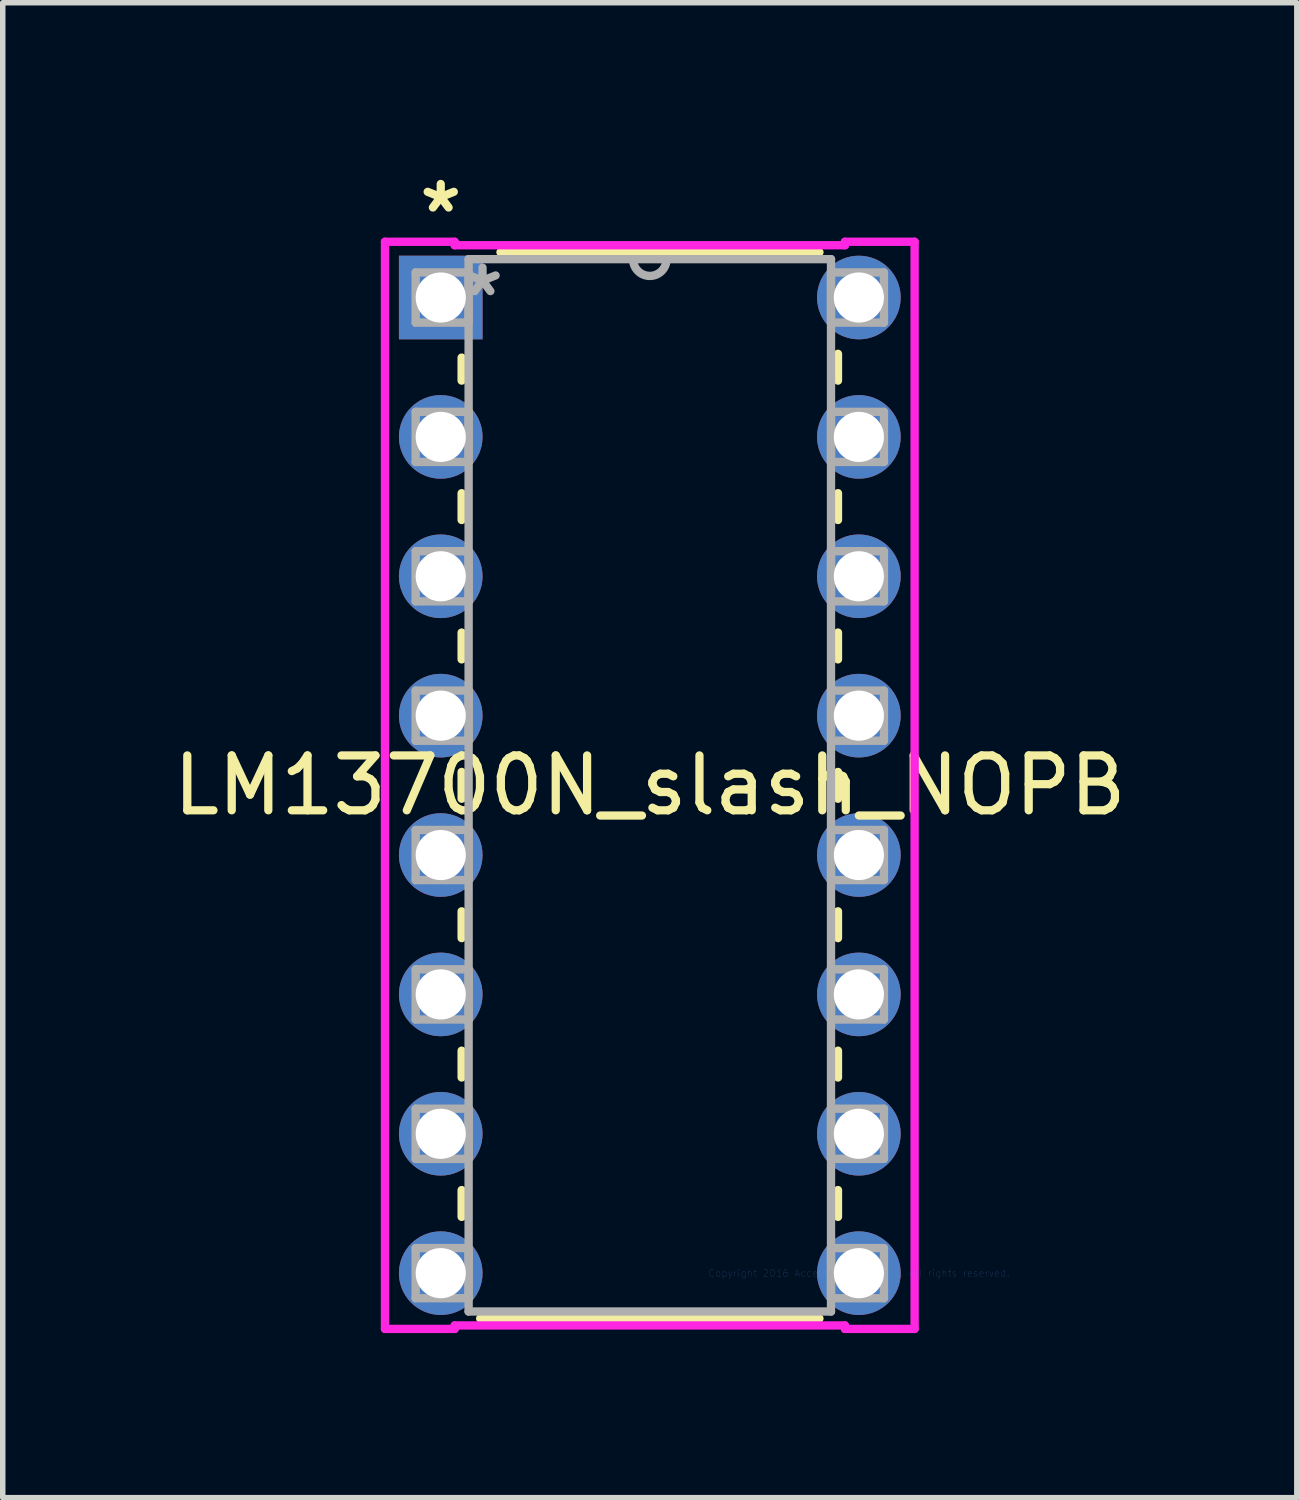
<source format=kicad_pcb>
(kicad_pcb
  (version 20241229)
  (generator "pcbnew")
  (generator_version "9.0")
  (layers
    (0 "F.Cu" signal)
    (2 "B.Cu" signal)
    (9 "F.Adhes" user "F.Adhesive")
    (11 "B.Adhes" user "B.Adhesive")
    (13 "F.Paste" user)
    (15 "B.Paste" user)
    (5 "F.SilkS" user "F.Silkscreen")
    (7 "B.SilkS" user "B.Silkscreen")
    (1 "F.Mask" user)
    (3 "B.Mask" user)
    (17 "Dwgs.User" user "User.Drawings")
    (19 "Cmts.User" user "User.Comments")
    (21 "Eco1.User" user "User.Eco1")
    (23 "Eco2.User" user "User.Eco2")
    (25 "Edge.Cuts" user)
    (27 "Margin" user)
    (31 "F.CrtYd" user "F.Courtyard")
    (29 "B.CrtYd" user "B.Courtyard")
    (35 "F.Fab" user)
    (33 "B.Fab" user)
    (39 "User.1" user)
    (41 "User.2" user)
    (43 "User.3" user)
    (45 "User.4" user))
  (footprint "LM13700N_slash_NOPB"
    (layer "F.Cu")
    (at 12.602 20.152)
    (property "Reference" "LM13700N_slash_NOPB" (at -3.81 -8.89 0) (layer "F.SilkS") (effects (font (size 1 1) (thickness 0.15))))
    (attr through_hole)
    (fp_line (start -7.239 -16.685) (end -7.239 -16.266) (stroke (width 0.152) (type solid)) (layer "F.SilkS"))
    (fp_line (start -7.239 -14.214) (end -7.239 -13.726) (stroke (width 0.152) (type solid)) (layer "F.SilkS"))
    (fp_line (start -7.239 -11.674) (end -7.239 -11.186) (stroke (width 0.152) (type solid)) (layer "F.SilkS"))
    (fp_line (start -7.239 -9.134) (end -7.239 -8.646) (stroke (width 0.152) (type solid)) (layer "F.SilkS"))
    (fp_line (start -7.239 -6.594) (end -7.239 -6.106) (stroke (width 0.152) (type solid)) (layer "F.SilkS"))
    (fp_line (start -7.239 -4.054) (end -7.239 -3.566) (stroke (width 0.152) (type solid)) (layer "F.SilkS"))
    (fp_line (start -7.239 -1.514) (end -7.239 -1.026) (stroke (width 0.152) (type solid)) (layer "F.SilkS"))
    (fp_line (start -6.901 0.826) (end -0.719 0.826) (stroke (width 0.152) (type solid)) (layer "F.SilkS"))
    (fp_line (start -0.719 -18.605) (end -6.531 -18.605) (stroke (width 0.152) (type solid)) (layer "F.SilkS"))
    (fp_line (start -0.381 -16.266) (end -0.381 -16.754) (stroke (width 0.152) (type solid)) (layer "F.SilkS"))
    (fp_line (start -0.381 -13.726) (end -0.381 -14.214) (stroke (width 0.152) (type solid)) (layer "F.SilkS"))
    (fp_line (start -0.381 -11.186) (end -0.381 -11.674) (stroke (width 0.152) (type solid)) (layer "F.SilkS"))
    (fp_line (start -0.381 -8.646) (end -0.381 -9.134) (stroke (width 0.152) (type solid)) (layer "F.SilkS"))
    (fp_line (start -0.381 -6.106) (end -0.381 -6.594) (stroke (width 0.152) (type solid)) (layer "F.SilkS"))
    (fp_line (start -0.381 -3.566) (end -0.381 -4.054) (stroke (width 0.152) (type solid)) (layer "F.SilkS"))
    (fp_line (start -0.381 -1.026) (end -0.381 -1.514) (stroke (width 0.152) (type solid)) (layer "F.SilkS"))
    (fp_line (start -8.636 -18.796) (end -8.636 1.016) (stroke (width 0.152) (type solid)) (layer "F.CrtYd"))
    (fp_line (start -8.636 1.016) (end -7.366 1.016) (stroke (width 0.152) (type solid)) (layer "F.CrtYd"))
    (fp_line (start -7.366 -18.796) (end -8.636 -18.796) (stroke (width 0.152) (type solid)) (layer "F.CrtYd"))
    (fp_line (start -7.366 -18.733) (end -7.366 -18.796) (stroke (width 0.152) (type solid)) (layer "F.CrtYd"))
    (fp_line (start -7.366 0.953) (end -0.254 0.953) (stroke (width 0.152) (type solid)) (layer "F.CrtYd"))
    (fp_line (start -7.366 1.016) (end -7.366 0.953) (stroke (width 0.152) (type solid)) (layer "F.CrtYd"))
    (fp_line (start -0.254 -18.796) (end -0.254 -18.733) (stroke (width 0.152) (type solid)) (layer "F.CrtYd"))
    (fp_line (start -0.254 -18.733) (end -7.366 -18.733) (stroke (width 0.152) (type solid)) (layer "F.CrtYd"))
    (fp_line (start -0.254 0.953) (end -0.254 1.016) (stroke (width 0.152) (type solid)) (layer "F.CrtYd"))
    (fp_line (start -0.254 1.016) (end 1.016 1.016) (stroke (width 0.152) (type solid)) (layer "F.CrtYd"))
    (fp_line (start 1.016 -18.796) (end -0.254 -18.796) (stroke (width 0.152) (type solid)) (layer "F.CrtYd"))
    (fp_line (start 1.016 1.016) (end 1.016 -18.796) (stroke (width 0.152) (type solid)) (layer "F.CrtYd"))
    (fp_line (start -8.077 -18.237) (end -8.077 -17.323) (stroke (width 0.152) (type solid)) (layer "F.Fab"))
    (fp_line (start -8.077 -17.323) (end -7.112 -17.323) (stroke (width 0.152) (type solid)) (layer "F.Fab"))
    (fp_line (start -8.077 -15.697) (end -8.077 -14.783) (stroke (width 0.152) (type solid)) (layer "F.Fab"))
    (fp_line (start -8.077 -14.783) (end -7.112 -14.783) (stroke (width 0.152) (type solid)) (layer "F.Fab"))
    (fp_line (start -8.077 -13.157) (end -8.077 -12.243) (stroke (width 0.152) (type solid)) (layer "F.Fab"))
    (fp_line (start -8.077 -12.243) (end -7.112 -12.243) (stroke (width 0.152) (type solid)) (layer "F.Fab"))
    (fp_line (start -8.077 -10.617) (end -8.077 -9.703) (stroke (width 0.152) (type solid)) (layer "F.Fab"))
    (fp_line (start -8.077 -9.703) (end -7.112 -9.703) (stroke (width 0.152) (type solid)) (layer "F.Fab"))
    (fp_line (start -8.077 -8.077) (end -8.077 -7.163) (stroke (width 0.152) (type solid)) (layer "F.Fab"))
    (fp_line (start -8.077 -7.163) (end -7.112 -7.163) (stroke (width 0.152) (type solid)) (layer "F.Fab"))
    (fp_line (start -8.077 -5.537) (end -8.077 -4.623) (stroke (width 0.152) (type solid)) (layer "F.Fab"))
    (fp_line (start -8.077 -4.623) (end -7.112 -4.623) (stroke (width 0.152) (type solid)) (layer "F.Fab"))
    (fp_line (start -8.077 -2.997) (end -8.077 -2.083) (stroke (width 0.152) (type solid)) (layer "F.Fab"))
    (fp_line (start -8.077 -2.083) (end -7.112 -2.083) (stroke (width 0.152) (type solid)) (layer "F.Fab"))
    (fp_line (start -8.077 -0.457) (end -8.077 0.457) (stroke (width 0.152) (type solid)) (layer "F.Fab"))
    (fp_line (start -8.077 0.457) (end -7.112 0.457) (stroke (width 0.152) (type solid)) (layer "F.Fab"))
    (fp_line (start -7.112 -18.479) (end -7.112 0.699) (stroke (width 0.152) (type solid)) (layer "F.Fab"))
    (fp_line (start -7.112 -18.237) (end -8.077 -18.237) (stroke (width 0.152) (type solid)) (layer "F.Fab"))
    (fp_line (start -7.112 -17.323) (end -7.112 -18.237) (stroke (width 0.152) (type solid)) (layer "F.Fab"))
    (fp_line (start -7.112 -15.697) (end -8.077 -15.697) (stroke (width 0.152) (type solid)) (layer "F.Fab"))
    (fp_line (start -7.112 -14.783) (end -7.112 -15.697) (stroke (width 0.152) (type solid)) (layer "F.Fab"))
    (fp_line (start -7.112 -13.157) (end -8.077 -13.157) (stroke (width 0.152) (type solid)) (layer "F.Fab"))
    (fp_line (start -7.112 -12.243) (end -7.112 -13.157) (stroke (width 0.152) (type solid)) (layer "F.Fab"))
    (fp_line (start -7.112 -10.617) (end -8.077 -10.617) (stroke (width 0.152) (type solid)) (layer "F.Fab"))
    (fp_line (start -7.112 -9.703) (end -7.112 -10.617) (stroke (width 0.152) (type solid)) (layer "F.Fab"))
    (fp_line (start -7.112 -8.077) (end -8.077 -8.077) (stroke (width 0.152) (type solid)) (layer "F.Fab"))
    (fp_line (start -7.112 -7.163) (end -7.112 -8.077) (stroke (width 0.152) (type solid)) (layer "F.Fab"))
    (fp_line (start -7.112 -5.537) (end -8.077 -5.537) (stroke (width 0.152) (type solid)) (layer "F.Fab"))
    (fp_line (start -7.112 -4.623) (end -7.112 -5.537) (stroke (width 0.152) (type solid)) (layer "F.Fab"))
    (fp_line (start -7.112 -2.997) (end -8.077 -2.997) (stroke (width 0.152) (type solid)) (layer "F.Fab"))
    (fp_line (start -7.112 -2.083) (end -7.112 -2.997) (stroke (width 0.152) (type solid)) (layer "F.Fab"))
    (fp_line (start -7.112 -0.457) (end -8.077 -0.457) (stroke (width 0.152) (type solid)) (layer "F.Fab"))
    (fp_line (start -7.112 0.457) (end -7.112 -0.457) (stroke (width 0.152) (type solid)) (layer "F.Fab"))
    (fp_line (start -7.112 0.699) (end -0.508 0.699) (stroke (width 0.152) (type solid)) (layer "F.Fab"))
    (fp_line (start -0.508 -18.479) (end -7.112 -18.479) (stroke (width 0.152) (type solid)) (layer "F.Fab"))
    (fp_line (start -0.508 -18.237) (end -0.508 -17.323) (stroke (width 0.152) (type solid)) (layer "F.Fab"))
    (fp_line (start -0.508 -17.323) (end 0.457 -17.323) (stroke (width 0.152) (type solid)) (layer "F.Fab"))
    (fp_line (start -0.508 -15.697) (end -0.508 -14.783) (stroke (width 0.152) (type solid)) (layer "F.Fab"))
    (fp_line (start -0.508 -14.783) (end 0.457 -14.783) (stroke (width 0.152) (type solid)) (layer "F.Fab"))
    (fp_line (start -0.508 -13.157) (end -0.508 -12.243) (stroke (width 0.152) (type solid)) (layer "F.Fab"))
    (fp_line (start -0.508 -12.243) (end 0.457 -12.243) (stroke (width 0.152) (type solid)) (layer "F.Fab"))
    (fp_line (start -0.508 -10.617) (end -0.508 -9.703) (stroke (width 0.152) (type solid)) (layer "F.Fab"))
    (fp_line (start -0.508 -9.703) (end 0.457 -9.703) (stroke (width 0.152) (type solid)) (layer "F.Fab"))
    (fp_line (start -0.508 -8.077) (end -0.508 -7.163) (stroke (width 0.152) (type solid)) (layer "F.Fab"))
    (fp_line (start -0.508 -7.163) (end 0.457 -7.163) (stroke (width 0.152) (type solid)) (layer "F.Fab"))
    (fp_line (start -0.508 -5.537) (end -0.508 -4.623) (stroke (width 0.152) (type solid)) (layer "F.Fab"))
    (fp_line (start -0.508 -4.623) (end 0.457 -4.623) (stroke (width 0.152) (type solid)) (layer "F.Fab"))
    (fp_line (start -0.508 -2.997) (end -0.508 -2.083) (stroke (width 0.152) (type solid)) (layer "F.Fab"))
    (fp_line (start -0.508 -2.083) (end 0.457 -2.083) (stroke (width 0.152) (type solid)) (layer "F.Fab"))
    (fp_line (start -0.508 -0.457) (end -0.508 0.457) (stroke (width 0.152) (type solid)) (layer "F.Fab"))
    (fp_line (start -0.508 0.457) (end 0.457 0.457) (stroke (width 0.152) (type solid)) (layer "F.Fab"))
    (fp_line (start -0.508 0.699) (end -0.508 -18.479) (stroke (width 0.152) (type solid)) (layer "F.Fab"))
    (fp_line (start 0.457 -18.237) (end -0.508 -18.237) (stroke (width 0.152) (type solid)) (layer "F.Fab"))
    (fp_line (start 0.457 -17.323) (end 0.457 -18.237) (stroke (width 0.152) (type solid)) (layer "F.Fab"))
    (fp_line (start 0.457 -15.697) (end -0.508 -15.697) (stroke (width 0.152) (type solid)) (layer "F.Fab"))
    (fp_line (start 0.457 -14.783) (end 0.457 -15.697) (stroke (width 0.152) (type solid)) (layer "F.Fab"))
    (fp_line (start 0.457 -13.157) (end -0.508 -13.157) (stroke (width 0.152) (type solid)) (layer "F.Fab"))
    (fp_line (start 0.457 -12.243) (end 0.457 -13.157) (stroke (width 0.152) (type solid)) (layer "F.Fab"))
    (fp_line (start 0.457 -10.617) (end -0.508 -10.617) (stroke (width 0.152) (type solid)) (layer "F.Fab"))
    (fp_line (start 0.457 -9.703) (end 0.457 -10.617) (stroke (width 0.152) (type solid)) (layer "F.Fab"))
    (fp_line (start 0.457 -8.077) (end -0.508 -8.077) (stroke (width 0.152) (type solid)) (layer "F.Fab"))
    (fp_line (start 0.457 -7.163) (end 0.457 -8.077) (stroke (width 0.152) (type solid)) (layer "F.Fab"))
    (fp_line (start 0.457 -5.537) (end -0.508 -5.537) (stroke (width 0.152) (type solid)) (layer "F.Fab"))
    (fp_line (start 0.457 -4.623) (end 0.457 -5.537) (stroke (width 0.152) (type solid)) (layer "F.Fab"))
    (fp_line (start 0.457 -2.997) (end -0.508 -2.997) (stroke (width 0.152) (type solid)) (layer "F.Fab"))
    (fp_line (start 0.457 -2.083) (end 0.457 -2.997) (stroke (width 0.152) (type solid)) (layer "F.Fab"))
    (fp_line (start 0.457 -0.457) (end -0.508 -0.457) (stroke (width 0.152) (type solid)) (layer "F.Fab"))
    (fp_line (start 0.457 0.457) (end 0.457 -0.457) (stroke (width 0.152) (type solid)) (layer "F.Fab"))
    (fp_arc (start -3.5052 -18.4785) (mid -3.81 -18.1737) (end -4.1148 -18.4785) (stroke (width 0.1524) (type solid)) (layer "F.Fab"))
    (fp_text user "*" (at -7.62 -19.304 0) (layer "F.SilkS") (effects (font (size 1 1) (thickness 0.15))))
    (fp_text user "Copyright 2016 Accelerated Designs. All rights reserved." (at 0 0 0) (layer "Cmts.User") (effects (font (size 0.127 0.127) (thickness 0.002))))
    (fp_text user "*" (at -6.858 -17.78 0) (layer "F.Fab") (effects (font (size 1 1) (thickness 0.15))))
    (pad "1" thru_hole rect (at -7.62 -17.78) (size 1.524 1.524) (drill 0.914) (layers "*.Cu" "*.Mask"))
    (pad "2" thru_hole circle (at -7.62 -15.24) (size 1.524 1.524) (drill 0.914) (layers "*.Cu" "*.Mask"))
    (pad "3" thru_hole circle (at -7.62 -12.7) (size 1.524 1.524) (drill 0.914) (layers "*.Cu" "*.Mask"))
    (pad "4" thru_hole circle (at -7.62 -10.16) (size 1.524 1.524) (drill 0.914) (layers "*.Cu" "*.Mask"))
    (pad "5" thru_hole circle (at -7.62 -7.62) (size 1.524 1.524) (drill 0.914) (layers "*.Cu" "*.Mask"))
    (pad "6" thru_hole circle (at -7.62 -5.08) (size 1.524 1.524) (drill 0.914) (layers "*.Cu" "*.Mask"))
    (pad "7" thru_hole circle (at -7.62 -2.54) (size 1.524 1.524) (drill 0.914) (layers "*.Cu" "*.Mask"))
    (pad "8" thru_hole circle (at -7.62 0) (size 1.524 1.524) (drill 0.914) (layers "*.Cu" "*.Mask"))
    (pad "9" thru_hole circle (at 0 0) (size 1.524 1.524) (drill 0.914) (layers "*.Cu" "*.Mask"))
    (pad "10" thru_hole circle (at 0 -2.54) (size 1.524 1.524) (drill 0.914) (layers "*.Cu" "*.Mask"))
    (pad "11" thru_hole circle (at 0 -5.08) (size 1.524 1.524) (drill 0.914) (layers "*.Cu" "*.Mask"))
    (pad "12" thru_hole circle (at 0 -7.62) (size 1.524 1.524) (drill 0.914) (layers "*.Cu" "*.Mask"))
    (pad "13" thru_hole circle (at 0 -10.16) (size 1.524 1.524) (drill 0.914) (layers "*.Cu" "*.Mask"))
    (pad "14" thru_hole circle (at 0 -12.7) (size 1.524 1.524) (drill 0.914) (layers "*.Cu" "*.Mask"))
    (pad "15" thru_hole circle (at 0 -15.24) (size 1.524 1.524) (drill 0.914) (layers "*.Cu" "*.Mask"))
    (pad "16" thru_hole circle (at 0 -17.78) (size 1.524 1.524) (drill 0.914) (layers "*.Cu" "*.Mask")))
  (gr_rect
    (start -3 -3)
    (end 20.583 24.244)
    (stroke (width 0.1) (type default))
    (fill no)
    (layer "Edge.Cuts")))
</source>
